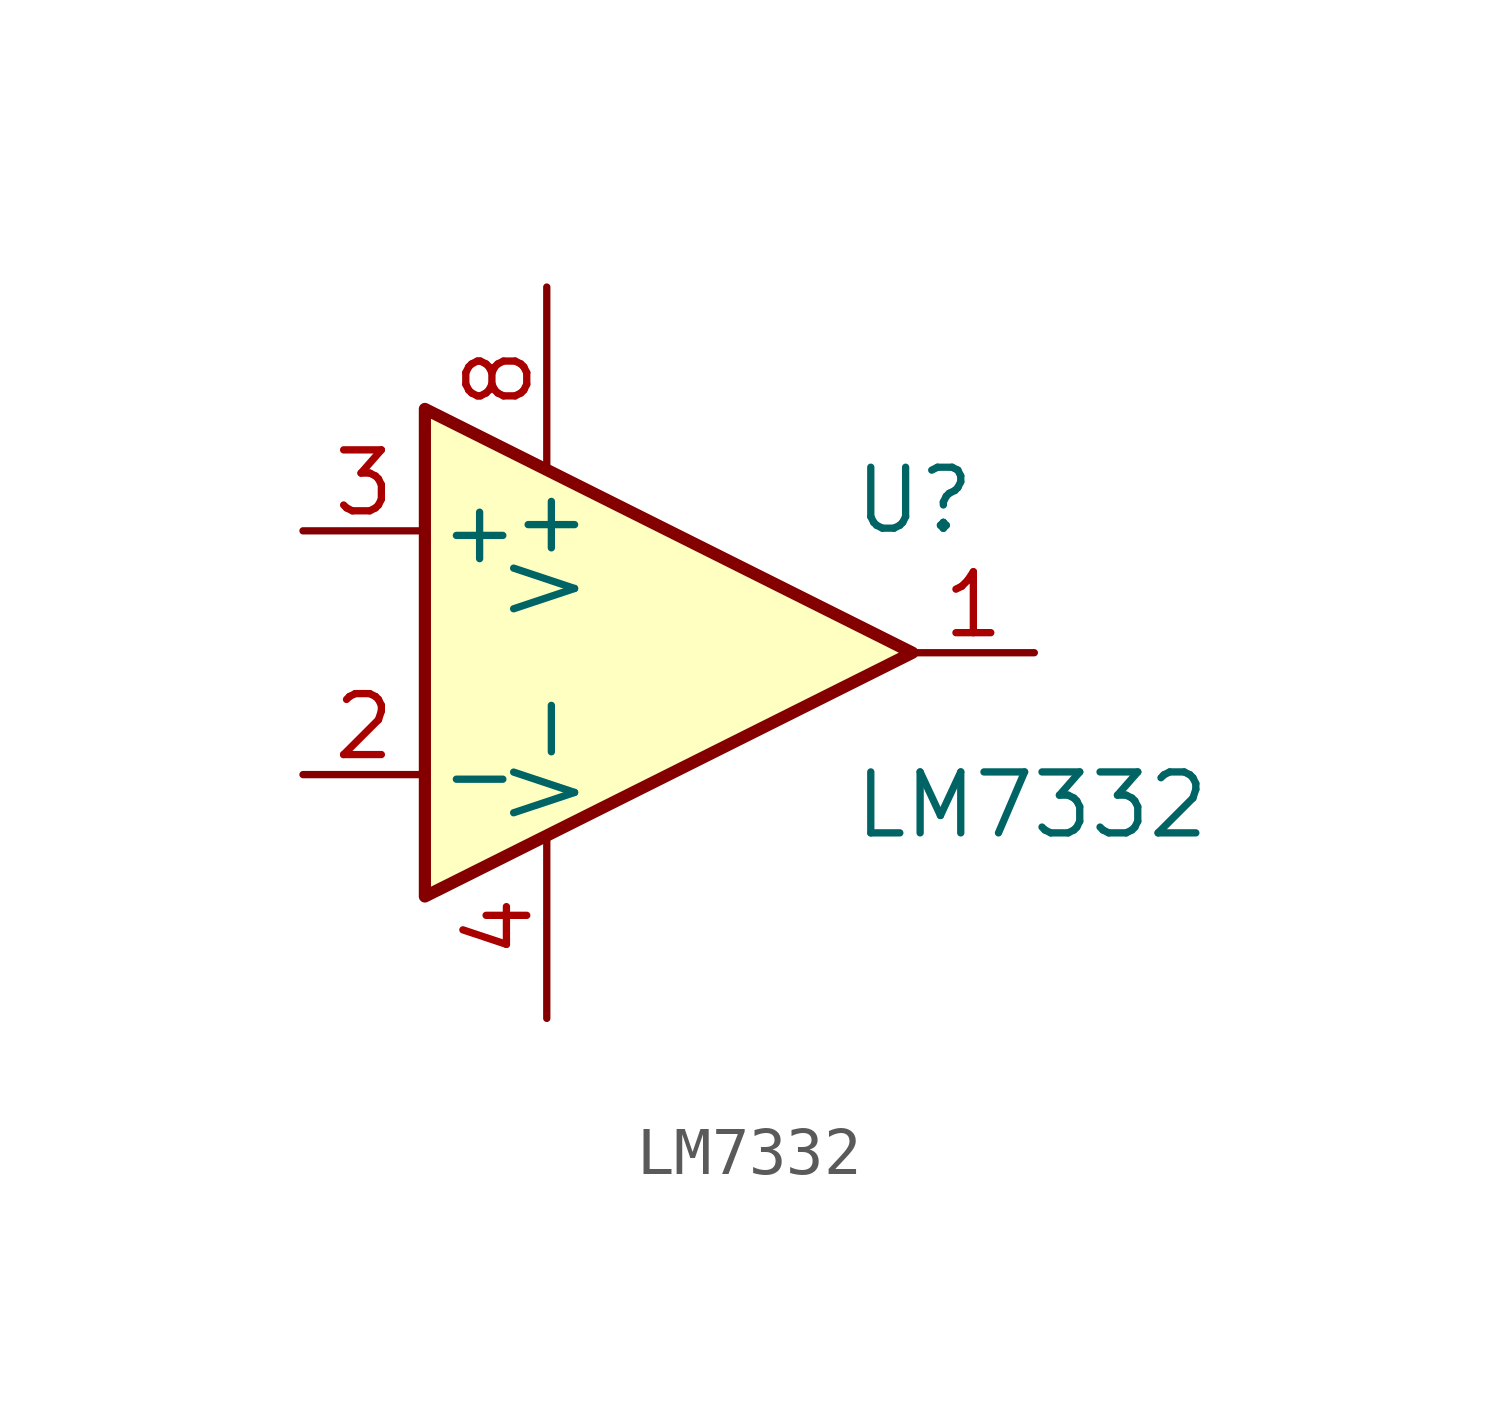
<source format=kicad_sym>
(kicad_symbol_lib
  (version 20211014)
  (generator kicad_symbol_editor)
  (symbol "LM7332"
    (pin_names
      (offset 0.254))
    (property "Reference" "U"
      (at 3.81 3.175 0)
      (effects (font (size 1.27 1.27)) (justify left)))
    (property "Value" "LM7332"
      (at 3.81 -3.175 0)
      (effects (font (size 1.27 1.27)) (justify left)))
    (symbol "LM7332_0_1"
      (polyline (pts (xy 5.08 0) (xy -5.08 5.08) (xy -5.08 -5.08) (xy 5.08 0)) (stroke (width 0.254) (type default) (color 0 0 0 0)) (fill (type background))))
    (symbol "LM7332_1_1"
      (pin passive line (at 7.62 0 180) (length 2.54) (name "~" (effects (font (size 1.27 1.27)))) (number "1" (effects (font (size 1.27 1.27)))))
      (pin passive line (at -7.62 -2.54 0) (length 2.54) (name "-" (effects (font (size 1.27 1.27)))) (number "2" (effects (font (size 1.27 1.27)))))
      (pin passive line (at -7.62 2.54 0) (length 2.54) (name "+" (effects (font (size 1.27 1.27)))) (number "3" (effects (font (size 1.27 1.27)))))
      (pin passive line (at -2.54 -7.62 90) (length 3.81) (name "V-" (effects (font (size 1.27 1.27)))) (number "4" (effects (font (size 1.27 1.27)))))
      (pin passive line (at -2.54 7.62 270) (length 3.81) (name "V+" (effects (font (size 1.27 1.27)))) (number "8" (effects (font (size 1.27 1.27))))))))
</source>
